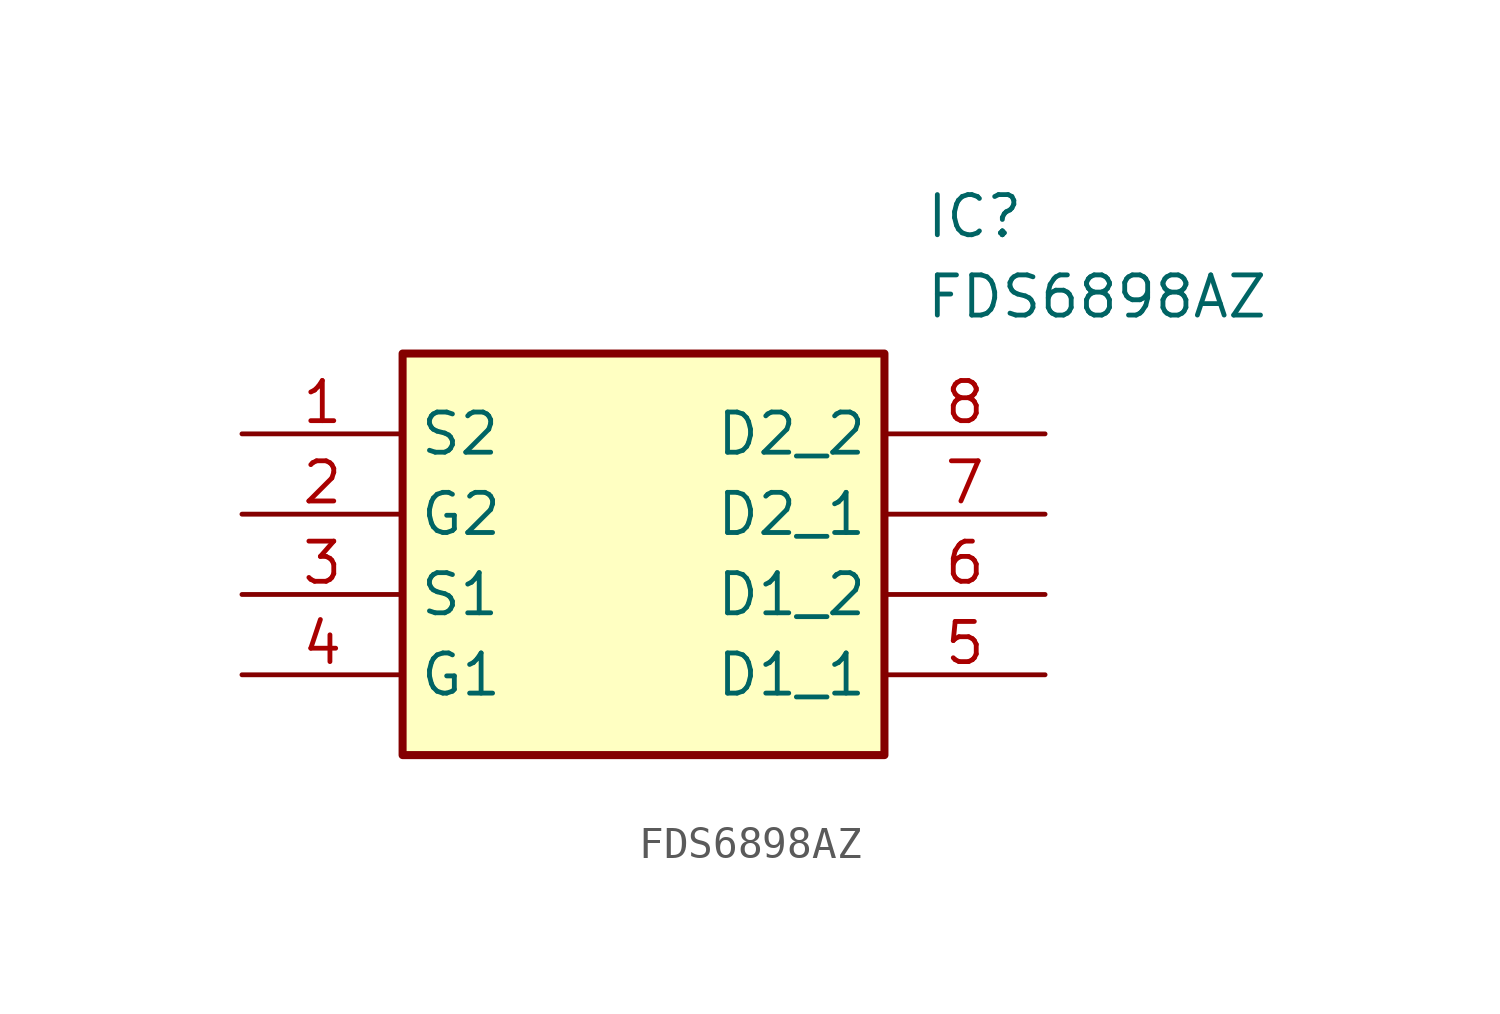
<source format=kicad_sym>
(kicad_symbol_lib
  (version 20211014)
  (generator SamacSys_ECAD_Model)
  (symbol "FDS6898AZ"
    (property "Reference" "IC"
      (at 21.59 7.62 0)
      (effects (font (size 1.27 1.27)) (justify left top)))
    (property "Value" "FDS6898AZ"
      (at 21.59 5.08 0)
      (effects (font (size 1.27 1.27)) (justify left top)))
    (rectangle
      (start 5.08 2.54)
      (end 20.32 -10.16)
      (stroke (width 0.254) (type default))
      (fill (type background)))
    (pin passive line
      (at 0 0 0)
      (length 5.08)
      (name "S2" (effects (font (size 1.27 1.27))))
      (number "1" (effects (font (size 1.27 1.27)))))
    (pin passive line
      (at 0 -2.54 0)
      (length 5.08)
      (name "G2" (effects (font (size 1.27 1.27))))
      (number "2" (effects (font (size 1.27 1.27)))))
    (pin passive line
      (at 0 -5.08 0)
      (length 5.08)
      (name "S1" (effects (font (size 1.27 1.27))))
      (number "3" (effects (font (size 1.27 1.27)))))
    (pin passive line
      (at 0 -7.62 0)
      (length 5.08)
      (name "G1" (effects (font (size 1.27 1.27))))
      (number "4" (effects (font (size 1.27 1.27)))))
    (pin passive line
      (at 25.4 0 180)
      (length 5.08)
      (name "D2_2" (effects (font (size 1.27 1.27))))
      (number "8" (effects (font (size 1.27 1.27)))))
    (pin passive line
      (at 25.4 -2.54 180)
      (length 5.08)
      (name "D2_1" (effects (font (size 1.27 1.27))))
      (number "7" (effects (font (size 1.27 1.27)))))
    (pin passive line
      (at 25.4 -5.08 180)
      (length 5.08)
      (name "D1_2" (effects (font (size 1.27 1.27))))
      (number "6" (effects (font (size 1.27 1.27)))))
    (pin passive line
      (at 25.4 -7.62 180)
      (length 5.08)
      (name "D1_1" (effects (font (size 1.27 1.27))))
      (number "5" (effects (font (size 1.27 1.27)))))))
</source>
